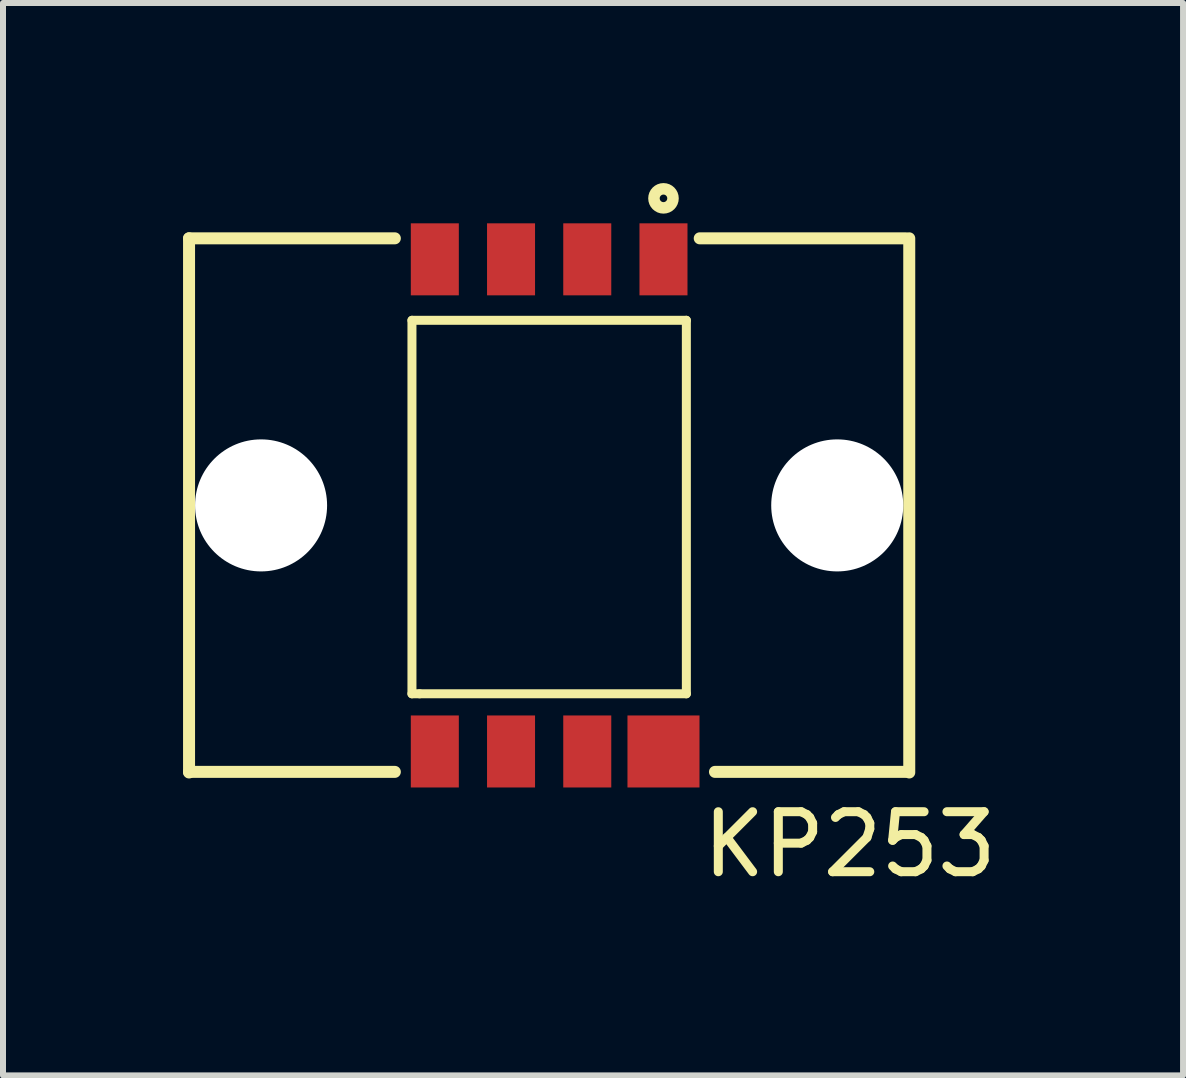
<source format=kicad_pcb>
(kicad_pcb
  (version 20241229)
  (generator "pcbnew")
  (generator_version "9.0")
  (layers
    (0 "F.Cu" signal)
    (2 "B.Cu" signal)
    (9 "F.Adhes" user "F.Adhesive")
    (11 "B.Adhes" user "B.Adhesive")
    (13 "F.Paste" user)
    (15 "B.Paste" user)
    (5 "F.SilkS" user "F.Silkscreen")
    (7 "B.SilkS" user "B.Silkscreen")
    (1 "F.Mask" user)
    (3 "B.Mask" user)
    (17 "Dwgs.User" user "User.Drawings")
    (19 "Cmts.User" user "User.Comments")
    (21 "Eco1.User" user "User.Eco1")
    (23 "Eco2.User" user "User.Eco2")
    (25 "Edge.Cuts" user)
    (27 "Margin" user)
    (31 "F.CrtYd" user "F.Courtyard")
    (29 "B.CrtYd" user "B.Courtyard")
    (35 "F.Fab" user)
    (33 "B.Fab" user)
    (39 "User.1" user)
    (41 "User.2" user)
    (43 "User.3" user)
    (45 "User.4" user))
  (footprint "KP253"
    (layer "F.Cu")
    (at 6.1 5.371)
    (property "Reference" "KP253" (at 5.009 5.649 180) (layer "F.SilkS") (effects (font (size 1 1) (thickness 0.15))))
    (attr through_hole)
    (fp_line (start -6 -4.45) (end -6 4.45) (stroke (width 0.2) (type solid)) (layer "F.SilkS"))
    (fp_line (start -6 -4.45) (end -2.571 -4.45) (stroke (width 0.2) (type solid)) (layer "F.SilkS"))
    (fp_line (start -6 4.44) (end -2.571 4.44) (stroke (width 0.2) (type solid)) (layer "F.SilkS"))
    (fp_line (start -2.286 -3.084) (end 2.286 -3.084) (stroke (width 0.15) (type solid)) (layer "F.SilkS"))
    (fp_line (start -2.286 3.139) (end -2.286 -3.084) (stroke (width 0.15) (type solid)) (layer "F.SilkS"))
    (fp_line (start -2.159 3.139) (end -2.286 3.139) (stroke (width 0.15) (type solid)) (layer "F.SilkS"))
    (fp_line (start 2.286 -3.084) (end 2.286 3.139) (stroke (width 0.15) (type solid)) (layer "F.SilkS"))
    (fp_line (start 2.286 3.139) (end -2.159 3.139) (stroke (width 0.15) (type solid)) (layer "F.SilkS"))
    (fp_line (start 2.509 -4.45) (end 5.938 -4.45) (stroke (width 0.2) (type solid)) (layer "F.SilkS"))
    (fp_line (start 5.938 4.44) (end 2.763 4.44) (stroke (width 0.2) (type solid)) (layer "F.SilkS"))
    (fp_line (start 6 -4.45) (end 6 4.45) (stroke (width 0.2) (type solid)) (layer "F.SilkS"))
    (fp_circle (center 1.905 -5.116) (end 1.968 -5.116) (stroke (width 0.15) (type solid)) (fill no) (layer "F.SilkS"))
    (fp_circle (center 1.905 -5.116) (end 2.032 -4.989) (stroke (width 0.15) (type solid)) (fill no) (layer "F.SilkS"))
    (pad "" np_thru_hole circle (at -4.8 0) (size 2.2 2.2) (drill 2.2) (layers "*.Cu" "*.Mask"))
    (pad "" np_thru_hole circle (at 4.8 0) (size 2.2 2.2) (drill 2.2) (layers "*.Cu" "*.Mask"))
    (pad "1" smd rect (at 1.905 -4.1) (size 0.8 1.2) (layers "F.Cu" "F.Mask" "F.Paste"))
    (pad "2" smd rect (at 0.635 -4.1) (size 0.8 1.2) (layers "F.Cu" "F.Mask" "F.Paste"))
    (pad "3" smd rect (at -0.635 -4.1) (size 0.8 1.2) (layers "F.Cu" "F.Mask" "F.Paste"))
    (pad "4" smd rect (at -1.905 -4.1) (size 0.8 1.2) (layers "F.Cu" "F.Mask" "F.Paste"))
    (pad "5" smd rect (at -1.905 4.1) (size 0.8 1.2) (layers "F.Cu" "F.Mask" "F.Paste"))
    (pad "6" smd rect (at -0.635 4.1) (size 0.8 1.2) (layers "F.Cu" "F.Mask" "F.Paste"))
    (pad "7" smd rect (at 0.635 4.1) (size 0.8 1.2) (layers "F.Cu" "F.Mask" "F.Paste"))
    (pad "8" smd rect (at 1.905 4.1) (size 1.2 1.2) (layers "F.Cu" "F.Mask" "F.Paste")))
  (gr_rect
    (start -3 -3)
    (end 16.662 14.868)
    (stroke (width 0.1) (type default))
    (fill no)
    (layer "Edge.Cuts")))
</source>
